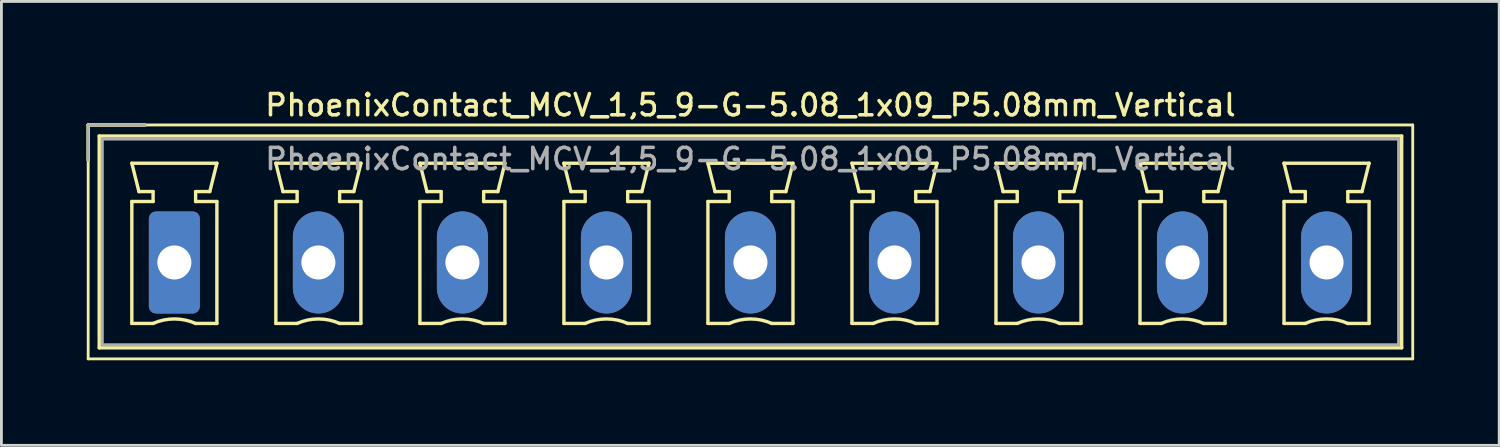
<source format=kicad_pcb>
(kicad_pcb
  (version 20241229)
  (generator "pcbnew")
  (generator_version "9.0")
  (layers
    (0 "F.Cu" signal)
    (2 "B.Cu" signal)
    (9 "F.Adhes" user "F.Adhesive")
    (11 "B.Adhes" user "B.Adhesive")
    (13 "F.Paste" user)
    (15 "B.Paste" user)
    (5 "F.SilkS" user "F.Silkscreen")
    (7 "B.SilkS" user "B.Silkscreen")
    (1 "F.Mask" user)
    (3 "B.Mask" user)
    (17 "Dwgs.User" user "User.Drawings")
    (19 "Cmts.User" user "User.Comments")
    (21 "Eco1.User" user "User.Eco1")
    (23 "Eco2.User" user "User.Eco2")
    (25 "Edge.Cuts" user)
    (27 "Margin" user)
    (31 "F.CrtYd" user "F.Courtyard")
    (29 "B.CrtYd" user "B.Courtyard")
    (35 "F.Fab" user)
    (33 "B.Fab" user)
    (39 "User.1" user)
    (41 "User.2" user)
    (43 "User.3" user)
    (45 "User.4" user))
  (footprint "PhoenixContact_MCV_1,5_9-G-5.08_1x09_P5.08mm_Vertical"
    (layer "F.Cu")
    (at 3.1 6.208)
    (property "Reference" "PhoenixContact_MCV_1,5_9-G-5.08_1x09_P5.08mm_Vertical" (at 20.32 -5.55 0) (layer "F.SilkS") (effects (font (size 0.75 0.75) (thickness 0.125))))
    (attr through_hole)
    (fp_line (start -3.04 -4.85) (end -3.04 3.4) (stroke (width 0.1) (type solid)) (layer "F.SilkS"))
    (fp_line (start -3.04 -4.85) (end -1.04 -4.85) (stroke (width 0.12) (type solid)) (layer "F.SilkS"))
    (fp_line (start -3.04 -3.6) (end -3.04 -4.85) (stroke (width 0.12) (type solid)) (layer "F.SilkS"))
    (fp_line (start -3.04 3.4) (end 43.68 3.4) (stroke (width 0.1) (type solid)) (layer "F.SilkS"))
    (fp_line (start -2.65 -4.46) (end -2.65 3.01) (stroke (width 0.12) (type solid)) (layer "F.SilkS"))
    (fp_line (start -2.65 3.01) (end 43.29 3.01) (stroke (width 0.12) (type solid)) (layer "F.SilkS"))
    (fp_line (start -1.5 -3.5) (end 1.5 -3.5) (stroke (width 0.12) (type solid)) (layer "F.SilkS"))
    (fp_line (start -1.5 -2.15) (end -0.75 -2.15) (stroke (width 0.12) (type solid)) (layer "F.SilkS"))
    (fp_line (start -1.5 2.15) (end -1.5 -2.15) (stroke (width 0.12) (type solid)) (layer "F.SilkS"))
    (fp_line (start -1.25 -2.5) (end -1.5 -3.5) (stroke (width 0.12) (type solid)) (layer "F.SilkS"))
    (fp_line (start -0.75 -2.5) (end -1.25 -2.5) (stroke (width 0.12) (type solid)) (layer "F.SilkS"))
    (fp_line (start -0.75 -2.15) (end -0.75 -2.5) (stroke (width 0.12) (type solid)) (layer "F.SilkS"))
    (fp_line (start -0.75 2.15) (end -1.5 2.15) (stroke (width 0.12) (type solid)) (layer "F.SilkS"))
    (fp_line (start 0.75 -2.5) (end 0.75 -2.15) (stroke (width 0.12) (type solid)) (layer "F.SilkS"))
    (fp_line (start 0.75 -2.15) (end 1.5 -2.15) (stroke (width 0.12) (type solid)) (layer "F.SilkS"))
    (fp_line (start 1.25 -2.5) (end 0.75 -2.5) (stroke (width 0.12) (type solid)) (layer "F.SilkS"))
    (fp_line (start 1.5 -3.5) (end 1.25 -2.5) (stroke (width 0.12) (type solid)) (layer "F.SilkS"))
    (fp_line (start 1.5 -2.15) (end 1.5 2.15) (stroke (width 0.12) (type solid)) (layer "F.SilkS"))
    (fp_line (start 1.5 2.15) (end 0.75 2.15) (stroke (width 0.12) (type solid)) (layer "F.SilkS"))
    (fp_line (start 3.58 -3.5) (end 6.58 -3.5) (stroke (width 0.12) (type solid)) (layer "F.SilkS"))
    (fp_line (start 3.58 -2.15) (end 4.33 -2.15) (stroke (width 0.12) (type solid)) (layer "F.SilkS"))
    (fp_line (start 3.58 2.15) (end 3.58 -2.15) (stroke (width 0.12) (type solid)) (layer "F.SilkS"))
    (fp_line (start 3.83 -2.5) (end 3.58 -3.5) (stroke (width 0.12) (type solid)) (layer "F.SilkS"))
    (fp_line (start 4.33 -2.5) (end 3.83 -2.5) (stroke (width 0.12) (type solid)) (layer "F.SilkS"))
    (fp_line (start 4.33 -2.15) (end 4.33 -2.5) (stroke (width 0.12) (type solid)) (layer "F.SilkS"))
    (fp_line (start 4.33 2.15) (end 3.58 2.15) (stroke (width 0.12) (type solid)) (layer "F.SilkS"))
    (fp_line (start 5.83 -2.5) (end 5.83 -2.15) (stroke (width 0.12) (type solid)) (layer "F.SilkS"))
    (fp_line (start 5.83 -2.15) (end 6.58 -2.15) (stroke (width 0.12) (type solid)) (layer "F.SilkS"))
    (fp_line (start 6.33 -2.5) (end 5.83 -2.5) (stroke (width 0.12) (type solid)) (layer "F.SilkS"))
    (fp_line (start 6.58 -3.5) (end 6.33 -2.5) (stroke (width 0.12) (type solid)) (layer "F.SilkS"))
    (fp_line (start 6.58 -2.15) (end 6.58 2.15) (stroke (width 0.12) (type solid)) (layer "F.SilkS"))
    (fp_line (start 6.58 2.15) (end 5.83 2.15) (stroke (width 0.12) (type solid)) (layer "F.SilkS"))
    (fp_line (start 8.66 -3.5) (end 11.66 -3.5) (stroke (width 0.12) (type solid)) (layer "F.SilkS"))
    (fp_line (start 8.66 -2.15) (end 9.41 -2.15) (stroke (width 0.12) (type solid)) (layer "F.SilkS"))
    (fp_line (start 8.66 2.15) (end 8.66 -2.15) (stroke (width 0.12) (type solid)) (layer "F.SilkS"))
    (fp_line (start 8.91 -2.5) (end 8.66 -3.5) (stroke (width 0.12) (type solid)) (layer "F.SilkS"))
    (fp_line (start 9.41 -2.5) (end 8.91 -2.5) (stroke (width 0.12) (type solid)) (layer "F.SilkS"))
    (fp_line (start 9.41 -2.15) (end 9.41 -2.5) (stroke (width 0.12) (type solid)) (layer "F.SilkS"))
    (fp_line (start 9.41 2.15) (end 8.66 2.15) (stroke (width 0.12) (type solid)) (layer "F.SilkS"))
    (fp_line (start 10.91 -2.5) (end 10.91 -2.15) (stroke (width 0.12) (type solid)) (layer "F.SilkS"))
    (fp_line (start 10.91 -2.15) (end 11.66 -2.15) (stroke (width 0.12) (type solid)) (layer "F.SilkS"))
    (fp_line (start 11.41 -2.5) (end 10.91 -2.5) (stroke (width 0.12) (type solid)) (layer "F.SilkS"))
    (fp_line (start 11.66 -3.5) (end 11.41 -2.5) (stroke (width 0.12) (type solid)) (layer "F.SilkS"))
    (fp_line (start 11.66 -2.15) (end 11.66 2.15) (stroke (width 0.12) (type solid)) (layer "F.SilkS"))
    (fp_line (start 11.66 2.15) (end 10.91 2.15) (stroke (width 0.12) (type solid)) (layer "F.SilkS"))
    (fp_line (start 13.74 -3.5) (end 16.74 -3.5) (stroke (width 0.12) (type solid)) (layer "F.SilkS"))
    (fp_line (start 13.74 -2.15) (end 14.49 -2.15) (stroke (width 0.12) (type solid)) (layer "F.SilkS"))
    (fp_line (start 13.74 2.15) (end 13.74 -2.15) (stroke (width 0.12) (type solid)) (layer "F.SilkS"))
    (fp_line (start 13.99 -2.5) (end 13.74 -3.5) (stroke (width 0.12) (type solid)) (layer "F.SilkS"))
    (fp_line (start 14.49 -2.5) (end 13.99 -2.5) (stroke (width 0.12) (type solid)) (layer "F.SilkS"))
    (fp_line (start 14.49 -2.15) (end 14.49 -2.5) (stroke (width 0.12) (type solid)) (layer "F.SilkS"))
    (fp_line (start 14.49 2.15) (end 13.74 2.15) (stroke (width 0.12) (type solid)) (layer "F.SilkS"))
    (fp_line (start 15.99 -2.5) (end 15.99 -2.15) (stroke (width 0.12) (type solid)) (layer "F.SilkS"))
    (fp_line (start 15.99 -2.15) (end 16.74 -2.15) (stroke (width 0.12) (type solid)) (layer "F.SilkS"))
    (fp_line (start 16.49 -2.5) (end 15.99 -2.5) (stroke (width 0.12) (type solid)) (layer "F.SilkS"))
    (fp_line (start 16.74 -3.5) (end 16.49 -2.5) (stroke (width 0.12) (type solid)) (layer "F.SilkS"))
    (fp_line (start 16.74 -2.15) (end 16.74 2.15) (stroke (width 0.12) (type solid)) (layer "F.SilkS"))
    (fp_line (start 16.74 2.15) (end 15.99 2.15) (stroke (width 0.12) (type solid)) (layer "F.SilkS"))
    (fp_line (start 18.82 -3.5) (end 21.82 -3.5) (stroke (width 0.12) (type solid)) (layer "F.SilkS"))
    (fp_line (start 18.82 -2.15) (end 19.57 -2.15) (stroke (width 0.12) (type solid)) (layer "F.SilkS"))
    (fp_line (start 18.82 2.15) (end 18.82 -2.15) (stroke (width 0.12) (type solid)) (layer "F.SilkS"))
    (fp_line (start 19.07 -2.5) (end 18.82 -3.5) (stroke (width 0.12) (type solid)) (layer "F.SilkS"))
    (fp_line (start 19.57 -2.5) (end 19.07 -2.5) (stroke (width 0.12) (type solid)) (layer "F.SilkS"))
    (fp_line (start 19.57 -2.15) (end 19.57 -2.5) (stroke (width 0.12) (type solid)) (layer "F.SilkS"))
    (fp_line (start 19.57 2.15) (end 18.82 2.15) (stroke (width 0.12) (type solid)) (layer "F.SilkS"))
    (fp_line (start 21.07 -2.5) (end 21.07 -2.15) (stroke (width 0.12) (type solid)) (layer "F.SilkS"))
    (fp_line (start 21.07 -2.15) (end 21.82 -2.15) (stroke (width 0.12) (type solid)) (layer "F.SilkS"))
    (fp_line (start 21.57 -2.5) (end 21.07 -2.5) (stroke (width 0.12) (type solid)) (layer "F.SilkS"))
    (fp_line (start 21.82 -3.5) (end 21.57 -2.5) (stroke (width 0.12) (type solid)) (layer "F.SilkS"))
    (fp_line (start 21.82 -2.15) (end 21.82 2.15) (stroke (width 0.12) (type solid)) (layer "F.SilkS"))
    (fp_line (start 21.82 2.15) (end 21.07 2.15) (stroke (width 0.12) (type solid)) (layer "F.SilkS"))
    (fp_line (start 23.9 -3.5) (end 26.9 -3.5) (stroke (width 0.12) (type solid)) (layer "F.SilkS"))
    (fp_line (start 23.9 -2.15) (end 24.65 -2.15) (stroke (width 0.12) (type solid)) (layer "F.SilkS"))
    (fp_line (start 23.9 2.15) (end 23.9 -2.15) (stroke (width 0.12) (type solid)) (layer "F.SilkS"))
    (fp_line (start 24.15 -2.5) (end 23.9 -3.5) (stroke (width 0.12) (type solid)) (layer "F.SilkS"))
    (fp_line (start 24.65 -2.5) (end 24.15 -2.5) (stroke (width 0.12) (type solid)) (layer "F.SilkS"))
    (fp_line (start 24.65 -2.15) (end 24.65 -2.5) (stroke (width 0.12) (type solid)) (layer "F.SilkS"))
    (fp_line (start 24.65 2.15) (end 23.9 2.15) (stroke (width 0.12) (type solid)) (layer "F.SilkS"))
    (fp_line (start 26.15 -2.5) (end 26.15 -2.15) (stroke (width 0.12) (type solid)) (layer "F.SilkS"))
    (fp_line (start 26.15 -2.15) (end 26.9 -2.15) (stroke (width 0.12) (type solid)) (layer "F.SilkS"))
    (fp_line (start 26.65 -2.5) (end 26.15 -2.5) (stroke (width 0.12) (type solid)) (layer "F.SilkS"))
    (fp_line (start 26.9 -3.5) (end 26.65 -2.5) (stroke (width 0.12) (type solid)) (layer "F.SilkS"))
    (fp_line (start 26.9 -2.15) (end 26.9 2.15) (stroke (width 0.12) (type solid)) (layer "F.SilkS"))
    (fp_line (start 26.9 2.15) (end 26.15 2.15) (stroke (width 0.12) (type solid)) (layer "F.SilkS"))
    (fp_line (start 28.98 -3.5) (end 31.98 -3.5) (stroke (width 0.12) (type solid)) (layer "F.SilkS"))
    (fp_line (start 28.98 -2.15) (end 29.73 -2.15) (stroke (width 0.12) (type solid)) (layer "F.SilkS"))
    (fp_line (start 28.98 2.15) (end 28.98 -2.15) (stroke (width 0.12) (type solid)) (layer "F.SilkS"))
    (fp_line (start 29.23 -2.5) (end 28.98 -3.5) (stroke (width 0.12) (type solid)) (layer "F.SilkS"))
    (fp_line (start 29.73 -2.5) (end 29.23 -2.5) (stroke (width 0.12) (type solid)) (layer "F.SilkS"))
    (fp_line (start 29.73 -2.15) (end 29.73 -2.5) (stroke (width 0.12) (type solid)) (layer "F.SilkS"))
    (fp_line (start 29.73 2.15) (end 28.98 2.15) (stroke (width 0.12) (type solid)) (layer "F.SilkS"))
    (fp_line (start 31.23 -2.5) (end 31.23 -2.15) (stroke (width 0.12) (type solid)) (layer "F.SilkS"))
    (fp_line (start 31.23 -2.15) (end 31.98 -2.15) (stroke (width 0.12) (type solid)) (layer "F.SilkS"))
    (fp_line (start 31.73 -2.5) (end 31.23 -2.5) (stroke (width 0.12) (type solid)) (layer "F.SilkS"))
    (fp_line (start 31.98 -3.5) (end 31.73 -2.5) (stroke (width 0.12) (type solid)) (layer "F.SilkS"))
    (fp_line (start 31.98 -2.15) (end 31.98 2.15) (stroke (width 0.12) (type solid)) (layer "F.SilkS"))
    (fp_line (start 31.98 2.15) (end 31.23 2.15) (stroke (width 0.12) (type solid)) (layer "F.SilkS"))
    (fp_line (start 34.06 -3.5) (end 37.06 -3.5) (stroke (width 0.12) (type solid)) (layer "F.SilkS"))
    (fp_line (start 34.06 -2.15) (end 34.81 -2.15) (stroke (width 0.12) (type solid)) (layer "F.SilkS"))
    (fp_line (start 34.06 2.15) (end 34.06 -2.15) (stroke (width 0.12) (type solid)) (layer "F.SilkS"))
    (fp_line (start 34.31 -2.5) (end 34.06 -3.5) (stroke (width 0.12) (type solid)) (layer "F.SilkS"))
    (fp_line (start 34.81 -2.5) (end 34.31 -2.5) (stroke (width 0.12) (type solid)) (layer "F.SilkS"))
    (fp_line (start 34.81 -2.15) (end 34.81 -2.5) (stroke (width 0.12) (type solid)) (layer "F.SilkS"))
    (fp_line (start 34.81 2.15) (end 34.06 2.15) (stroke (width 0.12) (type solid)) (layer "F.SilkS"))
    (fp_line (start 36.31 -2.5) (end 36.31 -2.15) (stroke (width 0.12) (type solid)) (layer "F.SilkS"))
    (fp_line (start 36.31 -2.15) (end 37.06 -2.15) (stroke (width 0.12) (type solid)) (layer "F.SilkS"))
    (fp_line (start 36.81 -2.5) (end 36.31 -2.5) (stroke (width 0.12) (type solid)) (layer "F.SilkS"))
    (fp_line (start 37.06 -3.5) (end 36.81 -2.5) (stroke (width 0.12) (type solid)) (layer "F.SilkS"))
    (fp_line (start 37.06 -2.15) (end 37.06 2.15) (stroke (width 0.12) (type solid)) (layer "F.SilkS"))
    (fp_line (start 37.06 2.15) (end 36.31 2.15) (stroke (width 0.12) (type solid)) (layer "F.SilkS"))
    (fp_line (start 39.14 -3.5) (end 42.14 -3.5) (stroke (width 0.12) (type solid)) (layer "F.SilkS"))
    (fp_line (start 39.14 -2.15) (end 39.89 -2.15) (stroke (width 0.12) (type solid)) (layer "F.SilkS"))
    (fp_line (start 39.14 2.15) (end 39.14 -2.15) (stroke (width 0.12) (type solid)) (layer "F.SilkS"))
    (fp_line (start 39.39 -2.5) (end 39.14 -3.5) (stroke (width 0.12) (type solid)) (layer "F.SilkS"))
    (fp_line (start 39.89 -2.5) (end 39.39 -2.5) (stroke (width 0.12) (type solid)) (layer "F.SilkS"))
    (fp_line (start 39.89 -2.15) (end 39.89 -2.5) (stroke (width 0.12) (type solid)) (layer "F.SilkS"))
    (fp_line (start 39.89 2.15) (end 39.14 2.15) (stroke (width 0.12) (type solid)) (layer "F.SilkS"))
    (fp_line (start 41.39 -2.5) (end 41.39 -2.15) (stroke (width 0.12) (type solid)) (layer "F.SilkS"))
    (fp_line (start 41.39 -2.15) (end 42.14 -2.15) (stroke (width 0.12) (type solid)) (layer "F.SilkS"))
    (fp_line (start 41.89 -2.5) (end 41.39 -2.5) (stroke (width 0.12) (type solid)) (layer "F.SilkS"))
    (fp_line (start 42.14 -3.5) (end 41.89 -2.5) (stroke (width 0.12) (type solid)) (layer "F.SilkS"))
    (fp_line (start 42.14 -2.15) (end 42.14 2.15) (stroke (width 0.12) (type solid)) (layer "F.SilkS"))
    (fp_line (start 42.14 2.15) (end 41.39 2.15) (stroke (width 0.12) (type solid)) (layer "F.SilkS"))
    (fp_line (start 43.29 -4.46) (end -2.65 -4.46) (stroke (width 0.12) (type solid)) (layer "F.SilkS"))
    (fp_line (start 43.29 3.01) (end 43.29 -4.46) (stroke (width 0.12) (type solid)) (layer "F.SilkS"))
    (fp_line (start 43.68 -4.85) (end -3.04 -4.85) (stroke (width 0.1) (type solid)) (layer "F.SilkS"))
    (fp_line (start 43.68 3.4) (end 43.68 -4.85) (stroke (width 0.1) (type solid)) (layer "F.SilkS"))
    (fp_arc (start -0.75 2.15) (mid -0.000193 1.99191) (end 0.749647 2.149844) (stroke (width 0.12) (type solid)) (layer "F.SilkS"))
    (fp_arc (start 4.33 2.15) (mid 5.079807 1.99191) (end 5.829647 2.149844) (stroke (width 0.12) (type solid)) (layer "F.SilkS"))
    (fp_arc (start 9.41 2.15) (mid 10.159807 1.99191) (end 10.909647 2.149844) (stroke (width 0.12) (type solid)) (layer "F.SilkS"))
    (fp_arc (start 14.49 2.15) (mid 15.239807 1.99191) (end 15.989647 2.149844) (stroke (width 0.12) (type solid)) (layer "F.SilkS"))
    (fp_arc (start 19.57 2.15) (mid 20.319807 1.99191) (end 21.069647 2.149844) (stroke (width 0.12) (type solid)) (layer "F.SilkS"))
    (fp_arc (start 24.65 2.15) (mid 25.399807 1.99191) (end 26.149647 2.149844) (stroke (width 0.12) (type solid)) (layer "F.SilkS"))
    (fp_arc (start 29.73 2.15) (mid 30.479807 1.99191) (end 31.229647 2.149844) (stroke (width 0.12) (type solid)) (layer "F.SilkS"))
    (fp_arc (start 34.81 2.15) (mid 35.559807 1.99191) (end 36.309647 2.149844) (stroke (width 0.12) (type solid)) (layer "F.SilkS"))
    (fp_arc (start 39.89 2.15) (mid 40.639807 1.99191) (end 41.389647 2.149844) (stroke (width 0.12) (type solid)) (layer "F.SilkS"))
    (fp_line (start -3.04 -4.85) (end -1.04 -4.85) (stroke (width 0.1) (type solid)) (layer "F.Fab"))
    (fp_line (start -3.04 -3.6) (end -3.04 -4.85) (stroke (width 0.1) (type solid)) (layer "F.Fab"))
    (fp_line (start -2.54 -4.35) (end -2.54 2.9) (stroke (width 0.1) (type solid)) (layer "F.Fab"))
    (fp_line (start -2.54 2.9) (end 43.18 2.9) (stroke (width 0.1) (type solid)) (layer "F.Fab"))
    (fp_line (start 43.18 -4.35) (end -2.54 -4.35) (stroke (width 0.1) (type solid)) (layer "F.Fab"))
    (fp_line (start 43.18 2.9) (end 43.18 -4.35) (stroke (width 0.1) (type solid)) (layer "F.Fab"))
    (fp_text user "${REFERENCE}" (at 20.32 -3.65 0) (layer "F.Fab") (effects (font (size 0.75 0.75) (thickness 0.125))))
    (pad "1" thru_hole roundrect (at 0 0) (size 1.8 3.6) (drill 1.2) (layers "*.Cu" "*.Mask") (roundrect_rratio 0.139))
    (pad "2" thru_hole oval (at 5.08 0) (size 1.8 3.6) (drill 1.2) (layers "*.Cu" "*.Mask"))
    (pad "3" thru_hole oval (at 10.16 0) (size 1.8 3.6) (drill 1.2) (layers "*.Cu" "*.Mask"))
    (pad "4" thru_hole oval (at 15.24 0) (size 1.8 3.6) (drill 1.2) (layers "*.Cu" "*.Mask"))
    (pad "5" thru_hole oval (at 20.32 0) (size 1.8 3.6) (drill 1.2) (layers "*.Cu" "*.Mask"))
    (pad "6" thru_hole oval (at 25.4 0) (size 1.8 3.6) (drill 1.2) (layers "*.Cu" "*.Mask"))
    (pad "7" thru_hole oval (at 30.48 0) (size 1.8 3.6) (drill 1.2) (layers "*.Cu" "*.Mask"))
    (pad "8" thru_hole oval (at 35.56 0) (size 1.8 3.6) (drill 1.2) (layers "*.Cu" "*.Mask"))
    (pad "9" thru_hole oval (at 40.64 0) (size 1.8 3.6) (drill 1.2) (layers "*.Cu" "*.Mask")))
  (gr_rect
    (start -3 -3)
    (end 49.83 12.658)
    (stroke (width 0.1) (type default))
    (fill no)
    (layer "Edge.Cuts")))
</source>
